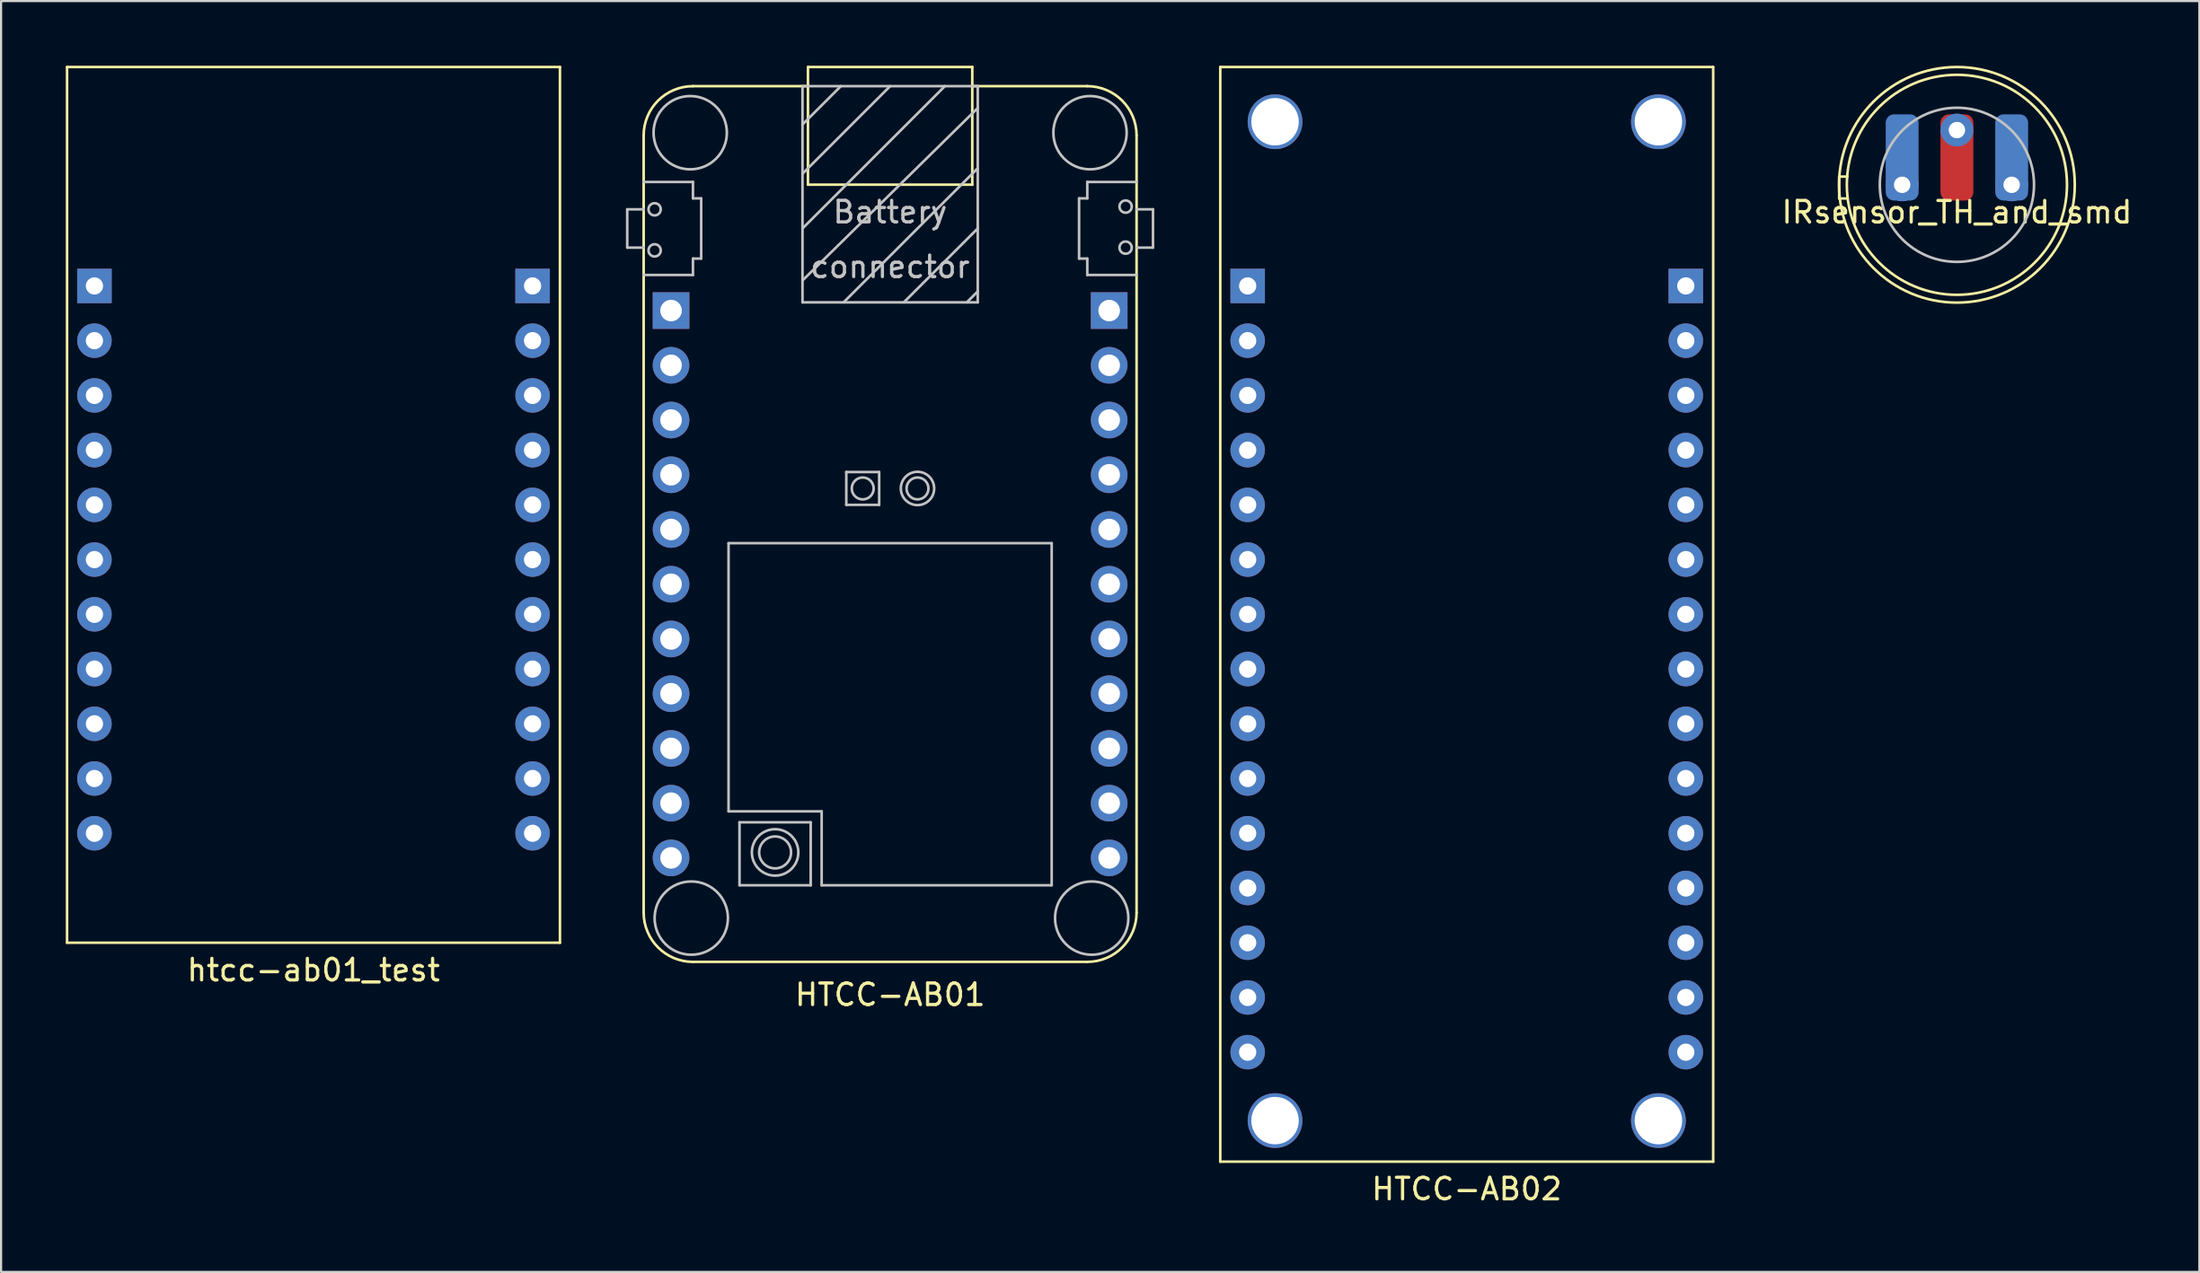
<source format=kicad_pcb>
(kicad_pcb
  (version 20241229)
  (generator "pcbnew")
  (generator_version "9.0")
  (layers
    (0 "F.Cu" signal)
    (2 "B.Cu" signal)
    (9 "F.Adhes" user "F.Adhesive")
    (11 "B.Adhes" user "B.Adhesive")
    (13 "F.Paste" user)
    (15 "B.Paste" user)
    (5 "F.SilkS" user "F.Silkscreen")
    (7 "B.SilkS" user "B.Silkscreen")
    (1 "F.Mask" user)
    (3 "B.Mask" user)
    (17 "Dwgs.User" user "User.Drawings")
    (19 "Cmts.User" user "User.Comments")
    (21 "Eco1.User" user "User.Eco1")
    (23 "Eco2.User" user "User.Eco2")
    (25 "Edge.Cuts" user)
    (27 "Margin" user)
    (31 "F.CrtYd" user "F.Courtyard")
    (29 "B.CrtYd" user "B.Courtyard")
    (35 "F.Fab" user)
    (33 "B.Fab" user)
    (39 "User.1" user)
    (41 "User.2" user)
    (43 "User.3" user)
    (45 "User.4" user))
  (footprint "htcc-ab01_test"
    (layer "F.Cu")
    (at 11.49 20.38)
    (property "Reference" "htcc-ab01_test" (at 0 21.59 0) (layer "F.SilkS") (effects (font (size 1 1) (thickness 0.15))))
    (attr through_hole)
    (fp_line (start -11.43 -20.32) (end 11.43 -20.32) (stroke (width 0.12) (type solid)) (layer "F.SilkS"))
    (fp_line (start -11.43 20.32) (end -11.43 -20.32) (stroke (width 0.12) (type solid)) (layer "F.SilkS"))
    (fp_line (start 11.43 -20.32) (end 11.43 20.32) (stroke (width 0.12) (type solid)) (layer "F.SilkS"))
    (fp_line (start 11.43 20.32) (end -11.43 20.32) (stroke (width 0.12) (type solid)) (layer "F.SilkS"))
    (pad "1" thru_hole rect (at -10.16 -10.16) (size 1.6 1.6) (drill 0.8) (layers "*.Cu" "*.Mask"))
    (pad "2" thru_hole circle (at -10.16 -7.62) (size 1.6 1.6) (drill 0.8) (layers "*.Cu" "*.Mask"))
    (pad "3" thru_hole circle (at -10.16 -5.08) (size 1.6 1.6) (drill 0.8) (layers "*.Cu" "*.Mask"))
    (pad "4" thru_hole circle (at -10.16 -2.54) (size 1.6 1.6) (drill 0.8) (layers "*.Cu" "*.Mask"))
    (pad "5" thru_hole circle (at -10.16 0) (size 1.6 1.6) (drill 0.8) (layers "*.Cu" "*.Mask"))
    (pad "6" thru_hole circle (at -10.16 2.54) (size 1.6 1.6) (drill 0.8) (layers "*.Cu" "*.Mask"))
    (pad "7" thru_hole circle (at -10.16 5.08) (size 1.6 1.6) (drill 0.8) (layers "*.Cu" "*.Mask"))
    (pad "8" thru_hole circle (at -10.16 7.62) (size 1.6 1.6) (drill 0.8) (layers "*.Cu" "*.Mask"))
    (pad "9" thru_hole circle (at -10.16 10.16) (size 1.6 1.6) (drill 0.8) (layers "*.Cu" "*.Mask"))
    (pad "10" thru_hole circle (at -10.16 12.7) (size 1.6 1.6) (drill 0.8) (layers "*.Cu" "*.Mask"))
    (pad "11" thru_hole circle (at -10.16 15.24) (size 1.6 1.6) (drill 0.8) (layers "*.Cu" "*.Mask"))
    (pad "12" thru_hole circle (at 10.16 15.24) (size 1.6 1.6) (drill 0.8) (layers "*.Cu" "*.Mask"))
    (pad "13" thru_hole circle (at 10.16 12.7) (size 1.6 1.6) (drill 0.8) (layers "*.Cu" "*.Mask"))
    (pad "14" thru_hole circle (at 10.16 10.16) (size 1.6 1.6) (drill 0.8) (layers "*.Cu" "*.Mask"))
    (pad "15" thru_hole circle (at 10.16 7.62) (size 1.6 1.6) (drill 0.8) (layers "*.Cu" "*.Mask"))
    (pad "16" thru_hole circle (at 10.16 5.08) (size 1.6 1.6) (drill 0.8) (layers "*.Cu" "*.Mask"))
    (pad "17" thru_hole circle (at 10.16 2.54) (size 1.6 1.6) (drill 0.8) (layers "*.Cu" "*.Mask"))
    (pad "18" thru_hole circle (at 10.16 0) (size 1.6 1.6) (drill 0.8) (layers "*.Cu" "*.Mask"))
    (pad "19" thru_hole circle (at 10.16 -2.54) (size 1.6 1.6) (drill 0.8) (layers "*.Cu" "*.Mask"))
    (pad "20" thru_hole circle (at 10.16 -5.08) (size 1.6 1.6) (drill 0.8) (layers "*.Cu" "*.Mask"))
    (pad "21" thru_hole circle (at 10.16 -7.62) (size 1.6 1.6) (drill 0.8) (layers "*.Cu" "*.Mask"))
    (pad "22" thru_hole rect (at 10.16 -10.16) (size 1.6 1.6) (drill 0.8) (layers "*.Cu" "*.Mask")))
  (footprint "HTCC-AB01"
    (layer "F.Cu")
    (at 38.232 21.523)
    (property "Reference" "HTCC-AB01" (at 0 21.59 0) (layer "F.SilkS") (effects (font (size 1 1) (thickness 0.15))))
    (attr through_hole)
    (fp_line (start -11.43 17.78) (end -11.43 -18.288) (stroke (width 0.12) (type solid)) (layer "F.SilkS"))
    (fp_line (start -9.144 -20.574) (end -3.81 -20.574) (stroke (width 0.12) (type solid)) (layer "F.SilkS"))
    (fp_line (start -3.81 -21.463) (end 3.81 -21.463) (stroke (width 0.12) (type solid)) (layer "F.SilkS"))
    (fp_line (start -3.81 -16.002) (end -3.81 -21.463) (stroke (width 0.12) (type solid)) (layer "F.SilkS"))
    (fp_line (start 3.81 -21.463) (end 3.81 -16.002) (stroke (width 0.12) (type solid)) (layer "F.SilkS"))
    (fp_line (start 3.81 -16.002) (end -3.81 -16.002) (stroke (width 0.12) (type solid)) (layer "F.SilkS"))
    (fp_line (start 9.144 -20.574) (end 3.81 -20.574) (stroke (width 0.12) (type solid)) (layer "F.SilkS"))
    (fp_line (start 9.144 20.066) (end -9.144 20.066) (stroke (width 0.12) (type solid)) (layer "F.SilkS"))
    (fp_line (start 11.43 -18.288) (end 11.43 17.78) (stroke (width 0.12) (type solid)) (layer "F.SilkS"))
    (fp_arc (start -11.43 -18.288) (mid -10.760446 -19.904446) (end -9.144 -20.574) (stroke (width 0.12) (type solid)) (layer "F.SilkS"))
    (fp_arc (start -9.144 20.066) (mid -10.760446 19.396446) (end -11.43 17.78) (stroke (width 0.12) (type solid)) (layer "F.SilkS"))
    (fp_arc (start 9.144 -20.574) (mid 10.760446 -19.904446) (end 11.43 -18.288) (stroke (width 0.12) (type solid)) (layer "F.SilkS"))
    (fp_arc (start 11.43 17.78) (mid 10.760446 19.396446) (end 9.144 20.066) (stroke (width 0.12) (type solid)) (layer "F.SilkS"))
    (fp_line (start -12.192 -14.859) (end -12.192 -13.081) (stroke (width 0.12) (type solid)) (layer "Dwgs.User"))
    (fp_line (start -12.192 -13.081) (end -11.43 -13.081) (stroke (width 0.12) (type solid)) (layer "Dwgs.User"))
    (fp_line (start -11.43 -14.859) (end -12.192 -14.859) (stroke (width 0.12) (type solid)) (layer "Dwgs.User"))
    (fp_line (start -11.43 -11.811) (end -9.144 -11.811) (stroke (width 0.12) (type solid)) (layer "Dwgs.User"))
    (fp_line (start -9.144 -16.129) (end -11.43 -16.129) (stroke (width 0.12) (type solid)) (layer "Dwgs.User"))
    (fp_line (start -9.144 -16.129) (end -9.144 -15.367) (stroke (width 0.12) (type solid)) (layer "Dwgs.User"))
    (fp_line (start -9.144 -15.367) (end -8.763 -15.367) (stroke (width 0.12) (type solid)) (layer "Dwgs.User"))
    (fp_line (start -9.144 -12.573) (end -8.763 -12.573) (stroke (width 0.12) (type solid)) (layer "Dwgs.User"))
    (fp_line (start -9.144 -11.811) (end -9.144 -12.573) (stroke (width 0.12) (type solid)) (layer "Dwgs.User"))
    (fp_line (start -8.763 -12.573) (end -8.763 -15.367) (stroke (width 0.12) (type solid)) (layer "Dwgs.User"))
    (fp_line (start -7.493 0.635) (end 7.493 0.635) (stroke (width 0.12) (type solid)) (layer "Dwgs.User"))
    (fp_line (start -7.493 13.081) (end -7.493 0.635) (stroke (width 0.12) (type solid)) (layer "Dwgs.User"))
    (fp_line (start -6.985 13.589) (end -6.985 16.51) (stroke (width 0.12) (type solid)) (layer "Dwgs.User"))
    (fp_line (start -6.985 16.51) (end -3.683 16.51) (stroke (width 0.12) (type solid)) (layer "Dwgs.User"))
    (fp_line (start -4.064 -20.574) (end -4.064 -10.541) (stroke (width 0.12) (type solid)) (layer "Dwgs.User"))
    (fp_line (start -4.064 -18.796) (end -2.286 -20.574) (stroke (width 0.12) (type solid)) (layer "Dwgs.User"))
    (fp_line (start -4.064 -16.51) (end 0 -20.574) (stroke (width 0.12) (type solid)) (layer "Dwgs.User"))
    (fp_line (start -4.064 -13.97) (end 2.54 -20.574) (stroke (width 0.12) (type solid)) (layer "Dwgs.User"))
    (fp_line (start -4.064 -11.557) (end 4.064 -19.558) (stroke (width 0.12) (type solid)) (layer "Dwgs.User"))
    (fp_line (start -4.064 -10.541) (end 4.064 -10.541) (stroke (width 0.12) (type solid)) (layer "Dwgs.User"))
    (fp_line (start -3.683 13.589) (end -6.985 13.589) (stroke (width 0.12) (type solid)) (layer "Dwgs.User"))
    (fp_line (start -3.683 16.51) (end -3.683 13.589) (stroke (width 0.12) (type solid)) (layer "Dwgs.User"))
    (fp_line (start -3.175 13.081) (end -7.493 13.081) (stroke (width 0.12) (type solid)) (layer "Dwgs.User"))
    (fp_line (start -3.175 16.51) (end -3.175 13.081) (stroke (width 0.12) (type solid)) (layer "Dwgs.User"))
    (fp_line (start -2.159 -10.541) (end 4.064 -16.764) (stroke (width 0.12) (type solid)) (layer "Dwgs.User"))
    (fp_line (start -2.032 -2.667) (end -0.508 -2.667) (stroke (width 0.12) (type solid)) (layer "Dwgs.User"))
    (fp_line (start -2.032 -1.143) (end -2.032 -2.667) (stroke (width 0.12) (type solid)) (layer "Dwgs.User"))
    (fp_line (start -0.508 -2.667) (end -0.508 -1.143) (stroke (width 0.12) (type solid)) (layer "Dwgs.User"))
    (fp_line (start -0.508 -1.143) (end -2.032 -1.143) (stroke (width 0.12) (type solid)) (layer "Dwgs.User"))
    (fp_line (start 0.635 -10.541) (end 4.064 -13.97) (stroke (width 0.12) (type solid)) (layer "Dwgs.User"))
    (fp_line (start 3.556 -10.541) (end 4.064 -11.049) (stroke (width 0.12) (type solid)) (layer "Dwgs.User"))
    (fp_line (start 4.064 -20.574) (end -4.064 -20.574) (stroke (width 0.12) (type solid)) (layer "Dwgs.User"))
    (fp_line (start 4.064 -10.541) (end 4.064 -20.574) (stroke (width 0.12) (type solid)) (layer "Dwgs.User"))
    (fp_line (start 7.493 0.635) (end 7.493 16.51) (stroke (width 0.12) (type solid)) (layer "Dwgs.User"))
    (fp_line (start 7.493 16.51) (end -3.175 16.51) (stroke (width 0.12) (type solid)) (layer "Dwgs.User"))
    (fp_line (start 8.763 -15.367) (end 8.763 -12.573) (stroke (width 0.12) (type solid)) (layer "Dwgs.User"))
    (fp_line (start 9.144 -16.129) (end 9.144 -15.367) (stroke (width 0.12) (type solid)) (layer "Dwgs.User"))
    (fp_line (start 9.144 -15.367) (end 8.763 -15.367) (stroke (width 0.12) (type solid)) (layer "Dwgs.User"))
    (fp_line (start 9.144 -12.573) (end 8.763 -12.573) (stroke (width 0.12) (type solid)) (layer "Dwgs.User"))
    (fp_line (start 9.144 -11.811) (end 9.144 -12.573) (stroke (width 0.12) (type solid)) (layer "Dwgs.User"))
    (fp_line (start 9.144 -11.811) (end 11.43 -11.811) (stroke (width 0.12) (type solid)) (layer "Dwgs.User"))
    (fp_line (start 11.43 -16.129) (end 9.144 -16.129) (stroke (width 0.12) (type solid)) (layer "Dwgs.User"))
    (fp_line (start 11.43 -13.081) (end 12.192 -13.081) (stroke (width 0.12) (type solid)) (layer "Dwgs.User"))
    (fp_line (start 12.192 -14.859) (end 11.43 -14.859) (stroke (width 0.12) (type solid)) (layer "Dwgs.User"))
    (fp_line (start 12.192 -13.081) (end 12.192 -14.859) (stroke (width 0.12) (type solid)) (layer "Dwgs.User"))
    (fp_circle (center -10.922 -14.859) (end -10.638 -14.859) (stroke (width 0.12) (type solid)) (fill no) (layer "Dwgs.User"))
    (fp_circle (center -10.922 -12.954) (end -10.638 -12.954) (stroke (width 0.12) (type solid)) (fill no) (layer "Dwgs.User"))
    (fp_circle (center -9.271 -18.415) (end -7.571 -18.415) (stroke (width 0.12) (type solid)) (fill no) (layer "Dwgs.User"))
    (fp_circle (center -9.222 18.034) (end -7.522 18.034) (stroke (width 0.12) (type solid)) (fill no) (layer "Dwgs.User"))
    (fp_circle (center -5.334 14.986) (end -4.699 15.367) (stroke (width 0.12) (type solid)) (fill no) (layer "Dwgs.User"))
    (fp_circle (center -5.334 14.986) (end -4.572 15.748) (stroke (width 0.12) (type solid)) (fill no) (layer "Dwgs.User"))
    (fp_circle (center -1.27 -1.905) (end -0.762 -1.905) (stroke (width 0.12) (type solid)) (fill no) (layer "Dwgs.User"))
    (fp_circle (center 1.27 -1.905) (end 1.778 -1.905) (stroke (width 0.12) (type solid)) (fill no) (layer "Dwgs.User"))
    (fp_circle (center 1.27 -1.905) (end 2.043 -1.905) (stroke (width 0.12) (type solid)) (fill no) (layer "Dwgs.User"))
    (fp_circle (center 9.271 -18.415) (end 10.971 -18.415) (stroke (width 0.12) (type solid)) (fill no) (layer "Dwgs.User"))
    (fp_circle (center 9.349 18.034) (end 11.049 18.034) (stroke (width 0.12) (type solid)) (fill no) (layer "Dwgs.User"))
    (fp_circle (center 10.922 -14.986) (end 11.206 -14.986) (stroke (width 0.12) (type solid)) (fill no) (layer "Dwgs.User"))
    (fp_circle (center 10.922 -13.081) (end 11.206 -13.081) (stroke (width 0.12) (type solid)) (fill no) (layer "Dwgs.User"))
    (fp_text user "connector" (at 0 -12.192 0) (layer "Dwgs.User") (effects (font (size 1 1) (thickness 0.15))))
    (fp_text user "Battery" (at 0 -14.732 0) (layer "Dwgs.User") (effects (font (size 1 1) (thickness 0.15))))
    (pad "1" thru_hole rect (at -10.16 -10.16) (size 1.7 1.7) (drill 1) (layers "*.Cu" "*.Mask"))
    (pad "2" thru_hole circle (at -10.16 -7.62) (size 1.7 1.7) (drill 1) (layers "*.Cu" "*.Mask"))
    (pad "3" thru_hole circle (at -10.16 -5.08) (size 1.7 1.7) (drill 1) (layers "*.Cu" "*.Mask"))
    (pad "4" thru_hole circle (at -10.16 -2.54) (size 1.7 1.7) (drill 1) (layers "*.Cu" "*.Mask"))
    (pad "5" thru_hole circle (at -10.16 0) (size 1.7 1.7) (drill 1) (layers "*.Cu" "*.Mask"))
    (pad "6" thru_hole circle (at -10.16 2.54) (size 1.7 1.7) (drill 1) (layers "*.Cu" "*.Mask"))
    (pad "7" thru_hole circle (at -10.16 5.08) (size 1.7 1.7) (drill 1) (layers "*.Cu" "*.Mask"))
    (pad "8" thru_hole circle (at -10.16 7.62) (size 1.7 1.7) (drill 1) (layers "*.Cu" "*.Mask"))
    (pad "9" thru_hole circle (at -10.16 10.16) (size 1.7 1.7) (drill 1) (layers "*.Cu" "*.Mask"))
    (pad "10" thru_hole circle (at -10.16 12.7) (size 1.7 1.7) (drill 1) (layers "*.Cu" "*.Mask"))
    (pad "11" thru_hole circle (at -10.16 15.24) (size 1.7 1.7) (drill 1) (layers "*.Cu" "*.Mask"))
    (pad "12" thru_hole circle (at 10.16 15.24) (size 1.7 1.7) (drill 1) (layers "*.Cu" "*.Mask"))
    (pad "13" thru_hole circle (at 10.16 12.7) (size 1.7 1.7) (drill 1) (layers "*.Cu" "*.Mask"))
    (pad "14" thru_hole circle (at 10.16 10.16) (size 1.7 1.7) (drill 1) (layers "*.Cu" "*.Mask"))
    (pad "15" thru_hole circle (at 10.16 7.62) (size 1.7 1.7) (drill 1) (layers "*.Cu" "*.Mask"))
    (pad "16" thru_hole circle (at 10.16 5.08) (size 1.7 1.7) (drill 1) (layers "*.Cu" "*.Mask"))
    (pad "17" thru_hole circle (at 10.16 2.54) (size 1.7 1.7) (drill 1) (layers "*.Cu" "*.Mask"))
    (pad "18" thru_hole circle (at 10.16 0) (size 1.7 1.7) (drill 1) (layers "*.Cu" "*.Mask"))
    (pad "19" thru_hole circle (at 10.16 -2.54) (size 1.7 1.7) (drill 1) (layers "*.Cu" "*.Mask"))
    (pad "20" thru_hole circle (at 10.16 -5.08) (size 1.7 1.7) (drill 1) (layers "*.Cu" "*.Mask"))
    (pad "21" thru_hole circle (at 10.16 -7.62) (size 1.7 1.7) (drill 1) (layers "*.Cu" "*.Mask"))
    (pad "22" thru_hole rect (at 10.16 -10.16) (size 1.7 1.7) (drill 1) (layers "*.Cu" "*.Mask")))
  (footprint "IRsensor_TH_and_smd"
    (layer "F.Cu")
    (at 87.708 5.527)
    (property "Reference" "IRsensor_TH_and_smd" (at 0 1.27 0) (layer "F.SilkS") (effects (font (size 1 1) (thickness 0.15))))
    (attr through_hole)
    (fp_line (start -5.461 -0.381) (end -5.461 0.635) (stroke (width 0.12) (type solid)) (layer "F.SilkS"))
    (fp_line (start -5.461 0.635) (end -5.08 0.635) (stroke (width 0.12) (type solid)) (layer "F.SilkS"))
    (fp_line (start -5.08 -0.381) (end -5.461 -0.381) (stroke (width 0.12) (type solid)) (layer "F.SilkS"))
    (fp_circle (center 0 0) (end 5.105 0) (stroke (width 0.12) (type solid)) (fill no) (layer "F.SilkS"))
    (fp_circle (center 0 0) (end 5.461 -0.254) (stroke (width 0.12) (type solid)) (fill no) (layer "F.SilkS"))
    (fp_circle (center 0 0) (end 3.576 0) (stroke (width 0.12) (type solid)) (fill no) (layer "Dwgs.User"))
    (pad "1" connect roundrect (at -2.54 -1.27) (size 1.524 4) (layers "B.Cu" "B.Mask") (roundrect_rratio 0.25))
    (pad "1" thru_hole circle (at -2.54 0) (size 1.524 1.524) (drill 0.762) (layers "*.Cu" "*.Mask"))
    (pad "2" thru_hole circle (at 0 -2.54) (size 1.524 1.524) (drill 0.762) (layers "*.Cu" "*.Mask"))
    (pad "2" connect roundrect (at 0 -1.27) (size 1.524 4) (layers "F.Cu" "F.Mask") (roundrect_rratio 0.25))
    (pad "3" connect roundrect (at 2.54 -1.27) (size 1.524 4) (layers "B.Cu" "B.Mask") (roundrect_rratio 0.25))
    (pad "3" thru_hole circle (at 2.54 0) (size 1.524 1.524) (drill 0.762) (layers "*.Cu" "*.Mask")))
  (footprint "HTCC-AB02"
    (layer "F.Cu")
    (at 64.974 30.54)
    (property "Reference" "HTCC-AB02" (at 0 21.59 0) (layer "F.SilkS") (effects (font (size 1 1) (thickness 0.15))))
    (attr through_hole)
    (fp_line (start -11.43 20.32) (end -11.43 -30.48) (stroke (width 0.12) (type solid)) (layer "F.SilkS"))
    (fp_line (start 11.43 -30.48) (end -11.43 -30.48) (stroke (width 0.12) (type solid)) (layer "F.SilkS"))
    (fp_line (start 11.43 -30.48) (end 11.43 20.32) (stroke (width 0.12) (type solid)) (layer "F.SilkS"))
    (fp_line (start 11.43 20.32) (end -11.43 20.32) (stroke (width 0.12) (type solid)) (layer "F.SilkS"))
    (pad "0" thru_hole circle (at -8.89 -27.94) (size 2.54 2.54) (drill 2.2) (layers "*.Cu" "*.Mask"))
    (pad "0" thru_hole circle (at -8.89 18.415) (size 2.54 2.54) (drill 2.2) (layers "*.Cu" "*.Mask"))
    (pad "0" thru_hole circle (at 8.89 -27.94) (size 2.54 2.54) (drill 2.2) (layers "*.Cu" "*.Mask"))
    (pad "0" thru_hole circle (at 8.89 18.415) (size 2.54 2.54) (drill 2.2) (layers "*.Cu" "*.Mask"))
    (pad "1" thru_hole rect (at -10.16 -20.32) (size 1.6 1.6) (drill 0.8) (layers "*.Cu" "*.Mask"))
    (pad "2" thru_hole circle (at -10.16 -17.78) (size 1.6 1.6) (drill 0.8) (layers "*.Cu" "*.Mask"))
    (pad "3" thru_hole circle (at -10.16 -15.24) (size 1.6 1.6) (drill 0.8) (layers "*.Cu" "*.Mask"))
    (pad "4" thru_hole circle (at -10.16 -12.7) (size 1.6 1.6) (drill 0.8) (layers "*.Cu" "*.Mask"))
    (pad "5" thru_hole circle (at -10.16 -10.16) (size 1.6 1.6) (drill 0.8) (layers "*.Cu" "*.Mask"))
    (pad "6" thru_hole circle (at -10.16 -7.62) (size 1.6 1.6) (drill 0.8) (layers "*.Cu" "*.Mask"))
    (pad "7" thru_hole circle (at -10.16 -5.08) (size 1.6 1.6) (drill 0.8) (layers "*.Cu" "*.Mask"))
    (pad "8" thru_hole circle (at -10.16 -2.54) (size 1.6 1.6) (drill 0.8) (layers "*.Cu" "*.Mask"))
    (pad "9" thru_hole circle (at -10.16 0) (size 1.6 1.6) (drill 0.8) (layers "*.Cu" "*.Mask"))
    (pad "10" thru_hole circle (at -10.16 2.54) (size 1.6 1.6) (drill 0.8) (layers "*.Cu" "*.Mask"))
    (pad "11" thru_hole circle (at -10.16 5.08) (size 1.6 1.6) (drill 0.8) (layers "*.Cu" "*.Mask"))
    (pad "12" thru_hole circle (at -10.16 7.62 180) (size 1.6 1.6) (drill 0.8) (layers "*.Cu" "*.Mask"))
    (pad "13" thru_hole circle (at -10.16 10.16 180) (size 1.6 1.6) (drill 0.8) (layers "*.Cu" "*.Mask"))
    (pad "14" thru_hole circle (at -10.16 12.7 180) (size 1.6 1.6) (drill 0.8) (layers "*.Cu" "*.Mask"))
    (pad "15" thru_hole circle (at -10.16 15.24 180) (size 1.6 1.6) (drill 0.8) (layers "*.Cu" "*.Mask"))
    (pad "16" thru_hole circle (at 10.16 15.24) (size 1.6 1.6) (drill 0.8) (layers "*.Cu" "*.Mask"))
    (pad "17" thru_hole circle (at 10.16 12.7) (size 1.6 1.6) (drill 0.8) (layers "*.Cu" "*.Mask"))
    (pad "18" thru_hole circle (at 10.16 10.16) (size 1.6 1.6) (drill 0.8) (layers "*.Cu" "*.Mask"))
    (pad "19" thru_hole circle (at 10.16 7.62) (size 1.6 1.6) (drill 0.8) (layers "*.Cu" "*.Mask"))
    (pad "20" thru_hole circle (at 10.16 5.08) (size 1.6 1.6) (drill 0.8) (layers "*.Cu" "*.Mask"))
    (pad "21" thru_hole circle (at 10.16 2.54) (size 1.6 1.6) (drill 0.8) (layers "*.Cu" "*.Mask"))
    (pad "22" thru_hole circle (at 10.16 0) (size 1.6 1.6) (drill 0.8) (layers "*.Cu" "*.Mask"))
    (pad "23" thru_hole circle (at 10.16 -2.54) (size 1.6 1.6) (drill 0.8) (layers "*.Cu" "*.Mask"))
    (pad "24" thru_hole circle (at 10.16 -5.08) (size 1.6 1.6) (drill 0.8) (layers "*.Cu" "*.Mask"))
    (pad "25" thru_hole circle (at 10.16 -7.62) (size 1.6 1.6) (drill 0.8) (layers "*.Cu" "*.Mask"))
    (pad "26" thru_hole circle (at 10.16 -10.16) (size 1.6 1.6) (drill 0.8) (layers "*.Cu" "*.Mask"))
    (pad "27" thru_hole circle (at 10.16 -12.7) (size 1.6 1.6) (drill 0.8) (layers "*.Cu" "*.Mask"))
    (pad "28" thru_hole circle (at 10.16 -15.24) (size 1.6 1.6) (drill 0.8) (layers "*.Cu" "*.Mask"))
    (pad "29" thru_hole circle (at 10.16 -17.78) (size 1.6 1.6) (drill 0.8) (layers "*.Cu" "*.Mask"))
    (pad "30" thru_hole rect (at 10.16 -20.32) (size 1.6 1.6) (drill 0.8) (layers "*.Cu" "*.Mask")))
  (gr_rect
    (start -3 -3)
    (end 98.952 55.978)
    (stroke (width 0.1) (type default))
    (fill no)
    (layer "Edge.Cuts")))
</source>
